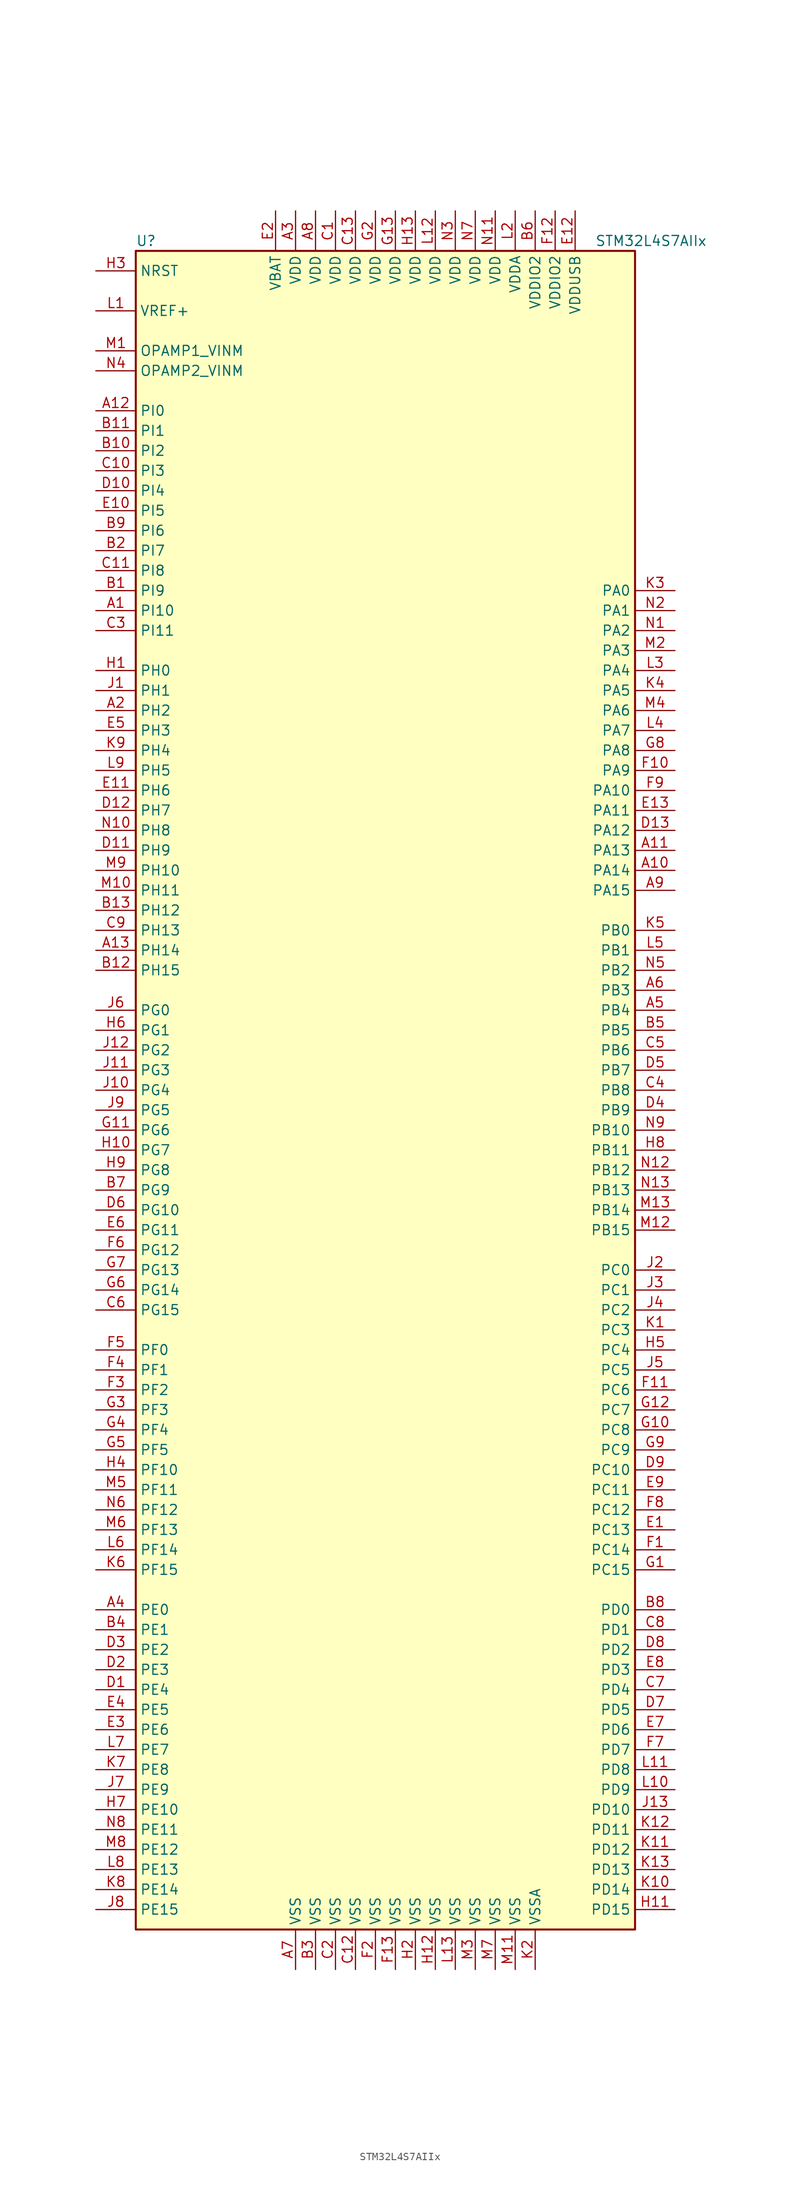
<source format=kicad_sym>
(kicad_symbol_lib
  (version 20220914)
  (generator kicad_symbol_editor)
  (symbol "STM32L4S7AIIx"
    (property "Reference" "U"
      (at -33.02 107.95 0)
      (effects (font (size 1.27 1.27)) (justify left)))
    (property "Value" "STM32L4S7AIIx"
      (at 25.4 107.95 0)
      (effects (font (size 1.27 1.27)) (justify left)))
    (symbol "STM32L4S7AIIx_0_1"
      (rectangle (start -33.02 -106.68) (end 30.48 106.68) (stroke (width 0.254) (type default)) (fill (type background))))
    (symbol "STM32L4S7AIIx_1_1"
      (pin bidirectional line (at -38.1 60.96 0) (length 5.08) (name "PI10" (effects (font (size 1.27 1.27)))) (number "A1" (effects (font (size 1.27 1.27)))))
      (pin bidirectional line (at 35.56 27.94 180) (length 5.08) (name "PA14" (effects (font (size 1.27 1.27)))) (number "A10" (effects (font (size 1.27 1.27)))))
      (pin bidirectional line (at 35.56 30.48 180) (length 5.08) (name "PA13" (effects (font (size 1.27 1.27)))) (number "A11" (effects (font (size 1.27 1.27)))))
      (pin bidirectional line (at -38.1 86.36 0) (length 5.08) (name "PI0" (effects (font (size 1.27 1.27)))) (number "A12" (effects (font (size 1.27 1.27)))))
      (pin bidirectional line (at -38.1 17.78 0) (length 5.08) (name "PH14" (effects (font (size 1.27 1.27)))) (number "A13" (effects (font (size 1.27 1.27)))))
      (pin bidirectional line (at -38.1 48.26 0) (length 5.08) (name "PH2" (effects (font (size 1.27 1.27)))) (number "A2" (effects (font (size 1.27 1.27)))))
      (pin power_in line (at -12.7 111.76 270) (length 5.08) (name "VDD" (effects (font (size 1.27 1.27)))) (number "A3" (effects (font (size 1.27 1.27)))))
      (pin bidirectional line (at -38.1 -66.04 0) (length 5.08) (name "PE0" (effects (font (size 1.27 1.27)))) (number "A4" (effects (font (size 1.27 1.27)))))
      (pin bidirectional line (at 35.56 10.16 180) (length 5.08) (name "PB4" (effects (font (size 1.27 1.27)))) (number "A5" (effects (font (size 1.27 1.27)))))
      (pin bidirectional line (at 35.56 12.7 180) (length 5.08) (name "PB3" (effects (font (size 1.27 1.27)))) (number "A6" (effects (font (size 1.27 1.27)))))
      (pin power_in line (at -12.7 -111.76 90) (length 5.08) (name "VSS" (effects (font (size 1.27 1.27)))) (number "A7" (effects (font (size 1.27 1.27)))))
      (pin power_in line (at -10.16 111.76 270) (length 5.08) (name "VDD" (effects (font (size 1.27 1.27)))) (number "A8" (effects (font (size 1.27 1.27)))))
      (pin bidirectional line (at 35.56 25.4 180) (length 5.08) (name "PA15" (effects (font (size 1.27 1.27)))) (number "A9" (effects (font (size 1.27 1.27)))))
      (pin bidirectional line (at -38.1 63.5 0) (length 5.08) (name "PI9" (effects (font (size 1.27 1.27)))) (number "B1" (effects (font (size 1.27 1.27)))))
      (pin bidirectional line (at -38.1 81.28 0) (length 5.08) (name "PI2" (effects (font (size 1.27 1.27)))) (number "B10" (effects (font (size 1.27 1.27)))))
      (pin bidirectional line (at -38.1 83.82 0) (length 5.08) (name "PI1" (effects (font (size 1.27 1.27)))) (number "B11" (effects (font (size 1.27 1.27)))))
      (pin bidirectional line (at -38.1 15.24 0) (length 5.08) (name "PH15" (effects (font (size 1.27 1.27)))) (number "B12" (effects (font (size 1.27 1.27)))))
      (pin bidirectional line (at -38.1 22.86 0) (length 5.08) (name "PH12" (effects (font (size 1.27 1.27)))) (number "B13" (effects (font (size 1.27 1.27)))))
      (pin bidirectional line (at -38.1 68.58 0) (length 5.08) (name "PI7" (effects (font (size 1.27 1.27)))) (number "B2" (effects (font (size 1.27 1.27)))))
      (pin power_in line (at -10.16 -111.76 90) (length 5.08) (name "VSS" (effects (font (size 1.27 1.27)))) (number "B3" (effects (font (size 1.27 1.27)))))
      (pin bidirectional line (at -38.1 -68.58 0) (length 5.08) (name "PE1" (effects (font (size 1.27 1.27)))) (number "B4" (effects (font (size 1.27 1.27)))))
      (pin bidirectional line (at 35.56 7.62 180) (length 5.08) (name "PB5" (effects (font (size 1.27 1.27)))) (number "B5" (effects (font (size 1.27 1.27)))))
      (pin power_in line (at 17.78 111.76 270) (length 5.08) (name "VDDIO2" (effects (font (size 1.27 1.27)))) (number "B6" (effects (font (size 1.27 1.27)))))
      (pin bidirectional line (at -38.1 -12.7 0) (length 5.08) (name "PG9" (effects (font (size 1.27 1.27)))) (number "B7" (effects (font (size 1.27 1.27)))))
      (pin bidirectional line (at 35.56 -66.04 180) (length 5.08) (name "PD0" (effects (font (size 1.27 1.27)))) (number "B8" (effects (font (size 1.27 1.27)))))
      (pin bidirectional line (at -38.1 71.12 0) (length 5.08) (name "PI6" (effects (font (size 1.27 1.27)))) (number "B9" (effects (font (size 1.27 1.27)))))
      (pin power_in line (at -7.62 111.76 270) (length 5.08) (name "VDD" (effects (font (size 1.27 1.27)))) (number "C1" (effects (font (size 1.27 1.27)))))
      (pin bidirectional line (at -38.1 78.74 0) (length 5.08) (name "PI3" (effects (font (size 1.27 1.27)))) (number "C10" (effects (font (size 1.27 1.27)))))
      (pin bidirectional line (at -38.1 66.04 0) (length 5.08) (name "PI8" (effects (font (size 1.27 1.27)))) (number "C11" (effects (font (size 1.27 1.27)))))
      (pin power_in line (at -5.08 -111.76 90) (length 5.08) (name "VSS" (effects (font (size 1.27 1.27)))) (number "C12" (effects (font (size 1.27 1.27)))))
      (pin power_in line (at -5.08 111.76 270) (length 5.08) (name "VDD" (effects (font (size 1.27 1.27)))) (number "C13" (effects (font (size 1.27 1.27)))))
      (pin power_in line (at -7.62 -111.76 90) (length 5.08) (name "VSS" (effects (font (size 1.27 1.27)))) (number "C2" (effects (font (size 1.27 1.27)))))
      (pin bidirectional line (at -38.1 58.42 0) (length 5.08) (name "PI11" (effects (font (size 1.27 1.27)))) (number "C3" (effects (font (size 1.27 1.27)))))
      (pin bidirectional line (at 35.56 0 180) (length 5.08) (name "PB8" (effects (font (size 1.27 1.27)))) (number "C4" (effects (font (size 1.27 1.27)))))
      (pin bidirectional line (at 35.56 5.08 180) (length 5.08) (name "PB6" (effects (font (size 1.27 1.27)))) (number "C5" (effects (font (size 1.27 1.27)))))
      (pin bidirectional line (at -38.1 -27.94 0) (length 5.08) (name "PG15" (effects (font (size 1.27 1.27)))) (number "C6" (effects (font (size 1.27 1.27)))))
      (pin bidirectional line (at 35.56 -76.2 180) (length 5.08) (name "PD4" (effects (font (size 1.27 1.27)))) (number "C7" (effects (font (size 1.27 1.27)))))
      (pin bidirectional line (at 35.56 -68.58 180) (length 5.08) (name "PD1" (effects (font (size 1.27 1.27)))) (number "C8" (effects (font (size 1.27 1.27)))))
      (pin bidirectional line (at -38.1 20.32 0) (length 5.08) (name "PH13" (effects (font (size 1.27 1.27)))) (number "C9" (effects (font (size 1.27 1.27)))))
      (pin bidirectional line (at -38.1 -76.2 0) (length 5.08) (name "PE4" (effects (font (size 1.27 1.27)))) (number "D1" (effects (font (size 1.27 1.27)))))
      (pin bidirectional line (at -38.1 76.2 0) (length 5.08) (name "PI4" (effects (font (size 1.27 1.27)))) (number "D10" (effects (font (size 1.27 1.27)))))
      (pin bidirectional line (at -38.1 30.48 0) (length 5.08) (name "PH9" (effects (font (size 1.27 1.27)))) (number "D11" (effects (font (size 1.27 1.27)))))
      (pin bidirectional line (at -38.1 35.56 0) (length 5.08) (name "PH7" (effects (font (size 1.27 1.27)))) (number "D12" (effects (font (size 1.27 1.27)))))
      (pin bidirectional line (at 35.56 33.02 180) (length 5.08) (name "PA12" (effects (font (size 1.27 1.27)))) (number "D13" (effects (font (size 1.27 1.27)))))
      (pin bidirectional line (at -38.1 -73.66 0) (length 5.08) (name "PE3" (effects (font (size 1.27 1.27)))) (number "D2" (effects (font (size 1.27 1.27)))))
      (pin bidirectional line (at -38.1 -71.12 0) (length 5.08) (name "PE2" (effects (font (size 1.27 1.27)))) (number "D3" (effects (font (size 1.27 1.27)))))
      (pin bidirectional line (at 35.56 -2.54 180) (length 5.08) (name "PB9" (effects (font (size 1.27 1.27)))) (number "D4" (effects (font (size 1.27 1.27)))))
      (pin bidirectional line (at 35.56 2.54 180) (length 5.08) (name "PB7" (effects (font (size 1.27 1.27)))) (number "D5" (effects (font (size 1.27 1.27)))))
      (pin bidirectional line (at -38.1 -15.24 0) (length 5.08) (name "PG10" (effects (font (size 1.27 1.27)))) (number "D6" (effects (font (size 1.27 1.27)))))
      (pin bidirectional line (at 35.56 -78.74 180) (length 5.08) (name "PD5" (effects (font (size 1.27 1.27)))) (number "D7" (effects (font (size 1.27 1.27)))))
      (pin bidirectional line (at 35.56 -71.12 180) (length 5.08) (name "PD2" (effects (font (size 1.27 1.27)))) (number "D8" (effects (font (size 1.27 1.27)))))
      (pin bidirectional line (at 35.56 -48.26 180) (length 5.08) (name "PC10" (effects (font (size 1.27 1.27)))) (number "D9" (effects (font (size 1.27 1.27)))))
      (pin bidirectional line (at 35.56 -55.88 180) (length 5.08) (name "PC13" (effects (font (size 1.27 1.27)))) (number "E1" (effects (font (size 1.27 1.27)))))
      (pin bidirectional line (at -38.1 73.66 0) (length 5.08) (name "PI5" (effects (font (size 1.27 1.27)))) (number "E10" (effects (font (size 1.27 1.27)))))
      (pin bidirectional line (at -38.1 38.1 0) (length 5.08) (name "PH6" (effects (font (size 1.27 1.27)))) (number "E11" (effects (font (size 1.27 1.27)))))
      (pin power_in line (at 22.86 111.76 270) (length 5.08) (name "VDDUSB" (effects (font (size 1.27 1.27)))) (number "E12" (effects (font (size 1.27 1.27)))))
      (pin bidirectional line (at 35.56 35.56 180) (length 5.08) (name "PA11" (effects (font (size 1.27 1.27)))) (number "E13" (effects (font (size 1.27 1.27)))))
      (pin power_in line (at -15.24 111.76 270) (length 5.08) (name "VBAT" (effects (font (size 1.27 1.27)))) (number "E2" (effects (font (size 1.27 1.27)))))
      (pin bidirectional line (at -38.1 -81.28 0) (length 5.08) (name "PE6" (effects (font (size 1.27 1.27)))) (number "E3" (effects (font (size 1.27 1.27)))))
      (pin bidirectional line (at -38.1 -78.74 0) (length 5.08) (name "PE5" (effects (font (size 1.27 1.27)))) (number "E4" (effects (font (size 1.27 1.27)))))
      (pin bidirectional line (at -38.1 45.72 0) (length 5.08) (name "PH3" (effects (font (size 1.27 1.27)))) (number "E5" (effects (font (size 1.27 1.27)))))
      (pin bidirectional line (at -38.1 -17.78 0) (length 5.08) (name "PG11" (effects (font (size 1.27 1.27)))) (number "E6" (effects (font (size 1.27 1.27)))))
      (pin bidirectional line (at 35.56 -81.28 180) (length 5.08) (name "PD6" (effects (font (size 1.27 1.27)))) (number "E7" (effects (font (size 1.27 1.27)))))
      (pin bidirectional line (at 35.56 -73.66 180) (length 5.08) (name "PD3" (effects (font (size 1.27 1.27)))) (number "E8" (effects (font (size 1.27 1.27)))))
      (pin bidirectional line (at 35.56 -50.8 180) (length 5.08) (name "PC11" (effects (font (size 1.27 1.27)))) (number "E9" (effects (font (size 1.27 1.27)))))
      (pin bidirectional line (at 35.56 -58.42 180) (length 5.08) (name "PC14" (effects (font (size 1.27 1.27)))) (number "F1" (effects (font (size 1.27 1.27)))))
      (pin bidirectional line (at 35.56 40.64 180) (length 5.08) (name "PA9" (effects (font (size 1.27 1.27)))) (number "F10" (effects (font (size 1.27 1.27)))))
      (pin bidirectional line (at 35.56 -38.1 180) (length 5.08) (name "PC6" (effects (font (size 1.27 1.27)))) (number "F11" (effects (font (size 1.27 1.27)))))
      (pin power_in line (at 20.32 111.76 270) (length 5.08) (name "VDDIO2" (effects (font (size 1.27 1.27)))) (number "F12" (effects (font (size 1.27 1.27)))))
      (pin power_in line (at 0 -111.76 90) (length 5.08) (name "VSS" (effects (font (size 1.27 1.27)))) (number "F13" (effects (font (size 1.27 1.27)))))
      (pin power_in line (at -2.54 -111.76 90) (length 5.08) (name "VSS" (effects (font (size 1.27 1.27)))) (number "F2" (effects (font (size 1.27 1.27)))))
      (pin bidirectional line (at -38.1 -38.1 0) (length 5.08) (name "PF2" (effects (font (size 1.27 1.27)))) (number "F3" (effects (font (size 1.27 1.27)))))
      (pin bidirectional line (at -38.1 -35.56 0) (length 5.08) (name "PF1" (effects (font (size 1.27 1.27)))) (number "F4" (effects (font (size 1.27 1.27)))))
      (pin bidirectional line (at -38.1 -33.02 0) (length 5.08) (name "PF0" (effects (font (size 1.27 1.27)))) (number "F5" (effects (font (size 1.27 1.27)))))
      (pin bidirectional line (at -38.1 -20.32 0) (length 5.08) (name "PG12" (effects (font (size 1.27 1.27)))) (number "F6" (effects (font (size 1.27 1.27)))))
      (pin bidirectional line (at 35.56 -83.82 180) (length 5.08) (name "PD7" (effects (font (size 1.27 1.27)))) (number "F7" (effects (font (size 1.27 1.27)))))
      (pin bidirectional line (at 35.56 -53.34 180) (length 5.08) (name "PC12" (effects (font (size 1.27 1.27)))) (number "F8" (effects (font (size 1.27 1.27)))))
      (pin bidirectional line (at 35.56 38.1 180) (length 5.08) (name "PA10" (effects (font (size 1.27 1.27)))) (number "F9" (effects (font (size 1.27 1.27)))))
      (pin bidirectional line (at 35.56 -60.96 180) (length 5.08) (name "PC15" (effects (font (size 1.27 1.27)))) (number "G1" (effects (font (size 1.27 1.27)))))
      (pin bidirectional line (at 35.56 -43.18 180) (length 5.08) (name "PC8" (effects (font (size 1.27 1.27)))) (number "G10" (effects (font (size 1.27 1.27)))))
      (pin bidirectional line (at -38.1 -5.08 0) (length 5.08) (name "PG6" (effects (font (size 1.27 1.27)))) (number "G11" (effects (font (size 1.27 1.27)))))
      (pin bidirectional line (at 35.56 -40.64 180) (length 5.08) (name "PC7" (effects (font (size 1.27 1.27)))) (number "G12" (effects (font (size 1.27 1.27)))))
      (pin power_in line (at 0 111.76 270) (length 5.08) (name "VDD" (effects (font (size 1.27 1.27)))) (number "G13" (effects (font (size 1.27 1.27)))))
      (pin power_in line (at -2.54 111.76 270) (length 5.08) (name "VDD" (effects (font (size 1.27 1.27)))) (number "G2" (effects (font (size 1.27 1.27)))))
      (pin bidirectional line (at -38.1 -40.64 0) (length 5.08) (name "PF3" (effects (font (size 1.27 1.27)))) (number "G3" (effects (font (size 1.27 1.27)))))
      (pin bidirectional line (at -38.1 -43.18 0) (length 5.08) (name "PF4" (effects (font (size 1.27 1.27)))) (number "G4" (effects (font (size 1.27 1.27)))))
      (pin bidirectional line (at -38.1 -45.72 0) (length 5.08) (name "PF5" (effects (font (size 1.27 1.27)))) (number "G5" (effects (font (size 1.27 1.27)))))
      (pin bidirectional line (at -38.1 -25.4 0) (length 5.08) (name "PG14" (effects (font (size 1.27 1.27)))) (number "G6" (effects (font (size 1.27 1.27)))))
      (pin bidirectional line (at -38.1 -22.86 0) (length 5.08) (name "PG13" (effects (font (size 1.27 1.27)))) (number "G7" (effects (font (size 1.27 1.27)))))
      (pin bidirectional line (at 35.56 43.18 180) (length 5.08) (name "PA8" (effects (font (size 1.27 1.27)))) (number "G8" (effects (font (size 1.27 1.27)))))
      (pin bidirectional line (at 35.56 -45.72 180) (length 5.08) (name "PC9" (effects (font (size 1.27 1.27)))) (number "G9" (effects (font (size 1.27 1.27)))))
      (pin input line (at -38.1 53.34 0) (length 5.08) (name "PH0" (effects (font (size 1.27 1.27)))) (number "H1" (effects (font (size 1.27 1.27)))))
      (pin bidirectional line (at -38.1 -7.62 0) (length 5.08) (name "PG7" (effects (font (size 1.27 1.27)))) (number "H10" (effects (font (size 1.27 1.27)))))
      (pin bidirectional line (at 35.56 -104.14 180) (length 5.08) (name "PD15" (effects (font (size 1.27 1.27)))) (number "H11" (effects (font (size 1.27 1.27)))))
      (pin power_in line (at 5.08 -111.76 90) (length 5.08) (name "VSS" (effects (font (size 1.27 1.27)))) (number "H12" (effects (font (size 1.27 1.27)))))
      (pin power_in line (at 2.54 111.76 270) (length 5.08) (name "VDD" (effects (font (size 1.27 1.27)))) (number "H13" (effects (font (size 1.27 1.27)))))
      (pin power_in line (at 2.54 -111.76 90) (length 5.08) (name "VSS" (effects (font (size 1.27 1.27)))) (number "H2" (effects (font (size 1.27 1.27)))))
      (pin input line (at -38.1 104.14 0) (length 5.08) (name "NRST" (effects (font (size 1.27 1.27)))) (number "H3" (effects (font (size 1.27 1.27)))))
      (pin bidirectional line (at -38.1 -48.26 0) (length 5.08) (name "PF10" (effects (font (size 1.27 1.27)))) (number "H4" (effects (font (size 1.27 1.27)))))
      (pin bidirectional line (at 35.56 -33.02 180) (length 5.08) (name "PC4" (effects (font (size 1.27 1.27)))) (number "H5" (effects (font (size 1.27 1.27)))))
      (pin bidirectional line (at -38.1 7.62 0) (length 5.08) (name "PG1" (effects (font (size 1.27 1.27)))) (number "H6" (effects (font (size 1.27 1.27)))))
      (pin bidirectional line (at -38.1 -91.44 0) (length 5.08) (name "PE10" (effects (font (size 1.27 1.27)))) (number "H7" (effects (font (size 1.27 1.27)))))
      (pin bidirectional line (at 35.56 -7.62 180) (length 5.08) (name "PB11" (effects (font (size 1.27 1.27)))) (number "H8" (effects (font (size 1.27 1.27)))))
      (pin bidirectional line (at -38.1 -10.16 0) (length 5.08) (name "PG8" (effects (font (size 1.27 1.27)))) (number "H9" (effects (font (size 1.27 1.27)))))
      (pin input line (at -38.1 50.8 0) (length 5.08) (name "PH1" (effects (font (size 1.27 1.27)))) (number "J1" (effects (font (size 1.27 1.27)))))
      (pin bidirectional line (at -38.1 0 0) (length 5.08) (name "PG4" (effects (font (size 1.27 1.27)))) (number "J10" (effects (font (size 1.27 1.27)))))
      (pin bidirectional line (at -38.1 2.54 0) (length 5.08) (name "PG3" (effects (font (size 1.27 1.27)))) (number "J11" (effects (font (size 1.27 1.27)))))
      (pin bidirectional line (at -38.1 5.08 0) (length 5.08) (name "PG2" (effects (font (size 1.27 1.27)))) (number "J12" (effects (font (size 1.27 1.27)))))
      (pin bidirectional line (at 35.56 -91.44 180) (length 5.08) (name "PD10" (effects (font (size 1.27 1.27)))) (number "J13" (effects (font (size 1.27 1.27)))))
      (pin bidirectional line (at 35.56 -22.86 180) (length 5.08) (name "PC0" (effects (font (size 1.27 1.27)))) (number "J2" (effects (font (size 1.27 1.27)))))
      (pin bidirectional line (at 35.56 -25.4 180) (length 5.08) (name "PC1" (effects (font (size 1.27 1.27)))) (number "J3" (effects (font (size 1.27 1.27)))))
      (pin bidirectional line (at 35.56 -27.94 180) (length 5.08) (name "PC2" (effects (font (size 1.27 1.27)))) (number "J4" (effects (font (size 1.27 1.27)))))
      (pin bidirectional line (at 35.56 -35.56 180) (length 5.08) (name "PC5" (effects (font (size 1.27 1.27)))) (number "J5" (effects (font (size 1.27 1.27)))))
      (pin bidirectional line (at -38.1 10.16 0) (length 5.08) (name "PG0" (effects (font (size 1.27 1.27)))) (number "J6" (effects (font (size 1.27 1.27)))))
      (pin bidirectional line (at -38.1 -88.9 0) (length 5.08) (name "PE9" (effects (font (size 1.27 1.27)))) (number "J7" (effects (font (size 1.27 1.27)))))
      (pin bidirectional line (at -38.1 -104.14 0) (length 5.08) (name "PE15" (effects (font (size 1.27 1.27)))) (number "J8" (effects (font (size 1.27 1.27)))))
      (pin bidirectional line (at -38.1 -2.54 0) (length 5.08) (name "PG5" (effects (font (size 1.27 1.27)))) (number "J9" (effects (font (size 1.27 1.27)))))
      (pin bidirectional line (at 35.56 -30.48 180) (length 5.08) (name "PC3" (effects (font (size 1.27 1.27)))) (number "K1" (effects (font (size 1.27 1.27)))))
      (pin bidirectional line (at 35.56 -101.6 180) (length 5.08) (name "PD14" (effects (font (size 1.27 1.27)))) (number "K10" (effects (font (size 1.27 1.27)))))
      (pin bidirectional line (at 35.56 -96.52 180) (length 5.08) (name "PD12" (effects (font (size 1.27 1.27)))) (number "K11" (effects (font (size 1.27 1.27)))))
      (pin bidirectional line (at 35.56 -93.98 180) (length 5.08) (name "PD11" (effects (font (size 1.27 1.27)))) (number "K12" (effects (font (size 1.27 1.27)))))
      (pin bidirectional line (at 35.56 -99.06 180) (length 5.08) (name "PD13" (effects (font (size 1.27 1.27)))) (number "K13" (effects (font (size 1.27 1.27)))))
      (pin power_in line (at 17.78 -111.76 90) (length 5.08) (name "VSSA" (effects (font (size 1.27 1.27)))) (number "K2" (effects (font (size 1.27 1.27)))))
      (pin bidirectional line (at 35.56 63.5 180) (length 5.08) (name "PA0" (effects (font (size 1.27 1.27)))) (number "K3" (effects (font (size 1.27 1.27)))))
      (pin bidirectional line (at 35.56 50.8 180) (length 5.08) (name "PA5" (effects (font (size 1.27 1.27)))) (number "K4" (effects (font (size 1.27 1.27)))))
      (pin bidirectional line (at 35.56 20.32 180) (length 5.08) (name "PB0" (effects (font (size 1.27 1.27)))) (number "K5" (effects (font (size 1.27 1.27)))))
      (pin bidirectional line (at -38.1 -60.96 0) (length 5.08) (name "PF15" (effects (font (size 1.27 1.27)))) (number "K6" (effects (font (size 1.27 1.27)))))
      (pin bidirectional line (at -38.1 -86.36 0) (length 5.08) (name "PE8" (effects (font (size 1.27 1.27)))) (number "K7" (effects (font (size 1.27 1.27)))))
      (pin bidirectional line (at -38.1 -101.6 0) (length 5.08) (name "PE14" (effects (font (size 1.27 1.27)))) (number "K8" (effects (font (size 1.27 1.27)))))
      (pin bidirectional line (at -38.1 43.18 0) (length 5.08) (name "PH4" (effects (font (size 1.27 1.27)))) (number "K9" (effects (font (size 1.27 1.27)))))
      (pin bidirectional line (at -38.1 99.06 0) (length 5.08) (name "VREF+" (effects (font (size 1.27 1.27)))) (number "L1" (effects (font (size 1.27 1.27)))))
      (pin bidirectional line (at 35.56 -88.9 180) (length 5.08) (name "PD9" (effects (font (size 1.27 1.27)))) (number "L10" (effects (font (size 1.27 1.27)))))
      (pin bidirectional line (at 35.56 -86.36 180) (length 5.08) (name "PD8" (effects (font (size 1.27 1.27)))) (number "L11" (effects (font (size 1.27 1.27)))))
      (pin power_in line (at 5.08 111.76 270) (length 5.08) (name "VDD" (effects (font (size 1.27 1.27)))) (number "L12" (effects (font (size 1.27 1.27)))))
      (pin power_in line (at 7.62 -111.76 90) (length 5.08) (name "VSS" (effects (font (size 1.27 1.27)))) (number "L13" (effects (font (size 1.27 1.27)))))
      (pin power_in line (at 15.24 111.76 270) (length 5.08) (name "VDDA" (effects (font (size 1.27 1.27)))) (number "L2" (effects (font (size 1.27 1.27)))))
      (pin bidirectional line (at 35.56 53.34 180) (length 5.08) (name "PA4" (effects (font (size 1.27 1.27)))) (number "L3" (effects (font (size 1.27 1.27)))))
      (pin bidirectional line (at 35.56 45.72 180) (length 5.08) (name "PA7" (effects (font (size 1.27 1.27)))) (number "L4" (effects (font (size 1.27 1.27)))))
      (pin bidirectional line (at 35.56 17.78 180) (length 5.08) (name "PB1" (effects (font (size 1.27 1.27)))) (number "L5" (effects (font (size 1.27 1.27)))))
      (pin bidirectional line (at -38.1 -58.42 0) (length 5.08) (name "PF14" (effects (font (size 1.27 1.27)))) (number "L6" (effects (font (size 1.27 1.27)))))
      (pin bidirectional line (at -38.1 -83.82 0) (length 5.08) (name "PE7" (effects (font (size 1.27 1.27)))) (number "L7" (effects (font (size 1.27 1.27)))))
      (pin bidirectional line (at -38.1 -99.06 0) (length 5.08) (name "PE13" (effects (font (size 1.27 1.27)))) (number "L8" (effects (font (size 1.27 1.27)))))
      (pin bidirectional line (at -38.1 40.64 0) (length 5.08) (name "PH5" (effects (font (size 1.27 1.27)))) (number "L9" (effects (font (size 1.27 1.27)))))
      (pin bidirectional line (at -38.1 93.98 0) (length 5.08) (name "OPAMP1_VINM" (effects (font (size 1.27 1.27)))) (number "M1" (effects (font (size 1.27 1.27)))))
      (pin bidirectional line (at -38.1 25.4 0) (length 5.08) (name "PH11" (effects (font (size 1.27 1.27)))) (number "M10" (effects (font (size 1.27 1.27)))))
      (pin power_in line (at 15.24 -111.76 90) (length 5.08) (name "VSS" (effects (font (size 1.27 1.27)))) (number "M11" (effects (font (size 1.27 1.27)))))
      (pin bidirectional line (at 35.56 -17.78 180) (length 5.08) (name "PB15" (effects (font (size 1.27 1.27)))) (number "M12" (effects (font (size 1.27 1.27)))))
      (pin bidirectional line (at 35.56 -15.24 180) (length 5.08) (name "PB14" (effects (font (size 1.27 1.27)))) (number "M13" (effects (font (size 1.27 1.27)))))
      (pin bidirectional line (at 35.56 55.88 180) (length 5.08) (name "PA3" (effects (font (size 1.27 1.27)))) (number "M2" (effects (font (size 1.27 1.27)))))
      (pin power_in line (at 10.16 -111.76 90) (length 5.08) (name "VSS" (effects (font (size 1.27 1.27)))) (number "M3" (effects (font (size 1.27 1.27)))))
      (pin bidirectional line (at 35.56 48.26 180) (length 5.08) (name "PA6" (effects (font (size 1.27 1.27)))) (number "M4" (effects (font (size 1.27 1.27)))))
      (pin bidirectional line (at -38.1 -50.8 0) (length 5.08) (name "PF11" (effects (font (size 1.27 1.27)))) (number "M5" (effects (font (size 1.27 1.27)))))
      (pin bidirectional line (at -38.1 -55.88 0) (length 5.08) (name "PF13" (effects (font (size 1.27 1.27)))) (number "M6" (effects (font (size 1.27 1.27)))))
      (pin power_in line (at 12.7 -111.76 90) (length 5.08) (name "VSS" (effects (font (size 1.27 1.27)))) (number "M7" (effects (font (size 1.27 1.27)))))
      (pin bidirectional line (at -38.1 -96.52 0) (length 5.08) (name "PE12" (effects (font (size 1.27 1.27)))) (number "M8" (effects (font (size 1.27 1.27)))))
      (pin bidirectional line (at -38.1 27.94 0) (length 5.08) (name "PH10" (effects (font (size 1.27 1.27)))) (number "M9" (effects (font (size 1.27 1.27)))))
      (pin bidirectional line (at 35.56 58.42 180) (length 5.08) (name "PA2" (effects (font (size 1.27 1.27)))) (number "N1" (effects (font (size 1.27 1.27)))))
      (pin bidirectional line (at -38.1 33.02 0) (length 5.08) (name "PH8" (effects (font (size 1.27 1.27)))) (number "N10" (effects (font (size 1.27 1.27)))))
      (pin power_in line (at 12.7 111.76 270) (length 5.08) (name "VDD" (effects (font (size 1.27 1.27)))) (number "N11" (effects (font (size 1.27 1.27)))))
      (pin bidirectional line (at 35.56 -10.16 180) (length 5.08) (name "PB12" (effects (font (size 1.27 1.27)))) (number "N12" (effects (font (size 1.27 1.27)))))
      (pin bidirectional line (at 35.56 -12.7 180) (length 5.08) (name "PB13" (effects (font (size 1.27 1.27)))) (number "N13" (effects (font (size 1.27 1.27)))))
      (pin bidirectional line (at 35.56 60.96 180) (length 5.08) (name "PA1" (effects (font (size 1.27 1.27)))) (number "N2" (effects (font (size 1.27 1.27)))))
      (pin power_in line (at 7.62 111.76 270) (length 5.08) (name "VDD" (effects (font (size 1.27 1.27)))) (number "N3" (effects (font (size 1.27 1.27)))))
      (pin bidirectional line (at -38.1 91.44 0) (length 5.08) (name "OPAMP2_VINM" (effects (font (size 1.27 1.27)))) (number "N4" (effects (font (size 1.27 1.27)))))
      (pin bidirectional line (at 35.56 15.24 180) (length 5.08) (name "PB2" (effects (font (size 1.27 1.27)))) (number "N5" (effects (font (size 1.27 1.27)))))
      (pin bidirectional line (at -38.1 -53.34 0) (length 5.08) (name "PF12" (effects (font (size 1.27 1.27)))) (number "N6" (effects (font (size 1.27 1.27)))))
      (pin power_in line (at 10.16 111.76 270) (length 5.08) (name "VDD" (effects (font (size 1.27 1.27)))) (number "N7" (effects (font (size 1.27 1.27)))))
      (pin bidirectional line (at -38.1 -93.98 0) (length 5.08) (name "PE11" (effects (font (size 1.27 1.27)))) (number "N8" (effects (font (size 1.27 1.27)))))
      (pin bidirectional line (at 35.56 -5.08 180) (length 5.08) (name "PB10" (effects (font (size 1.27 1.27)))) (number "N9" (effects (font (size 1.27 1.27))))))))
</source>
